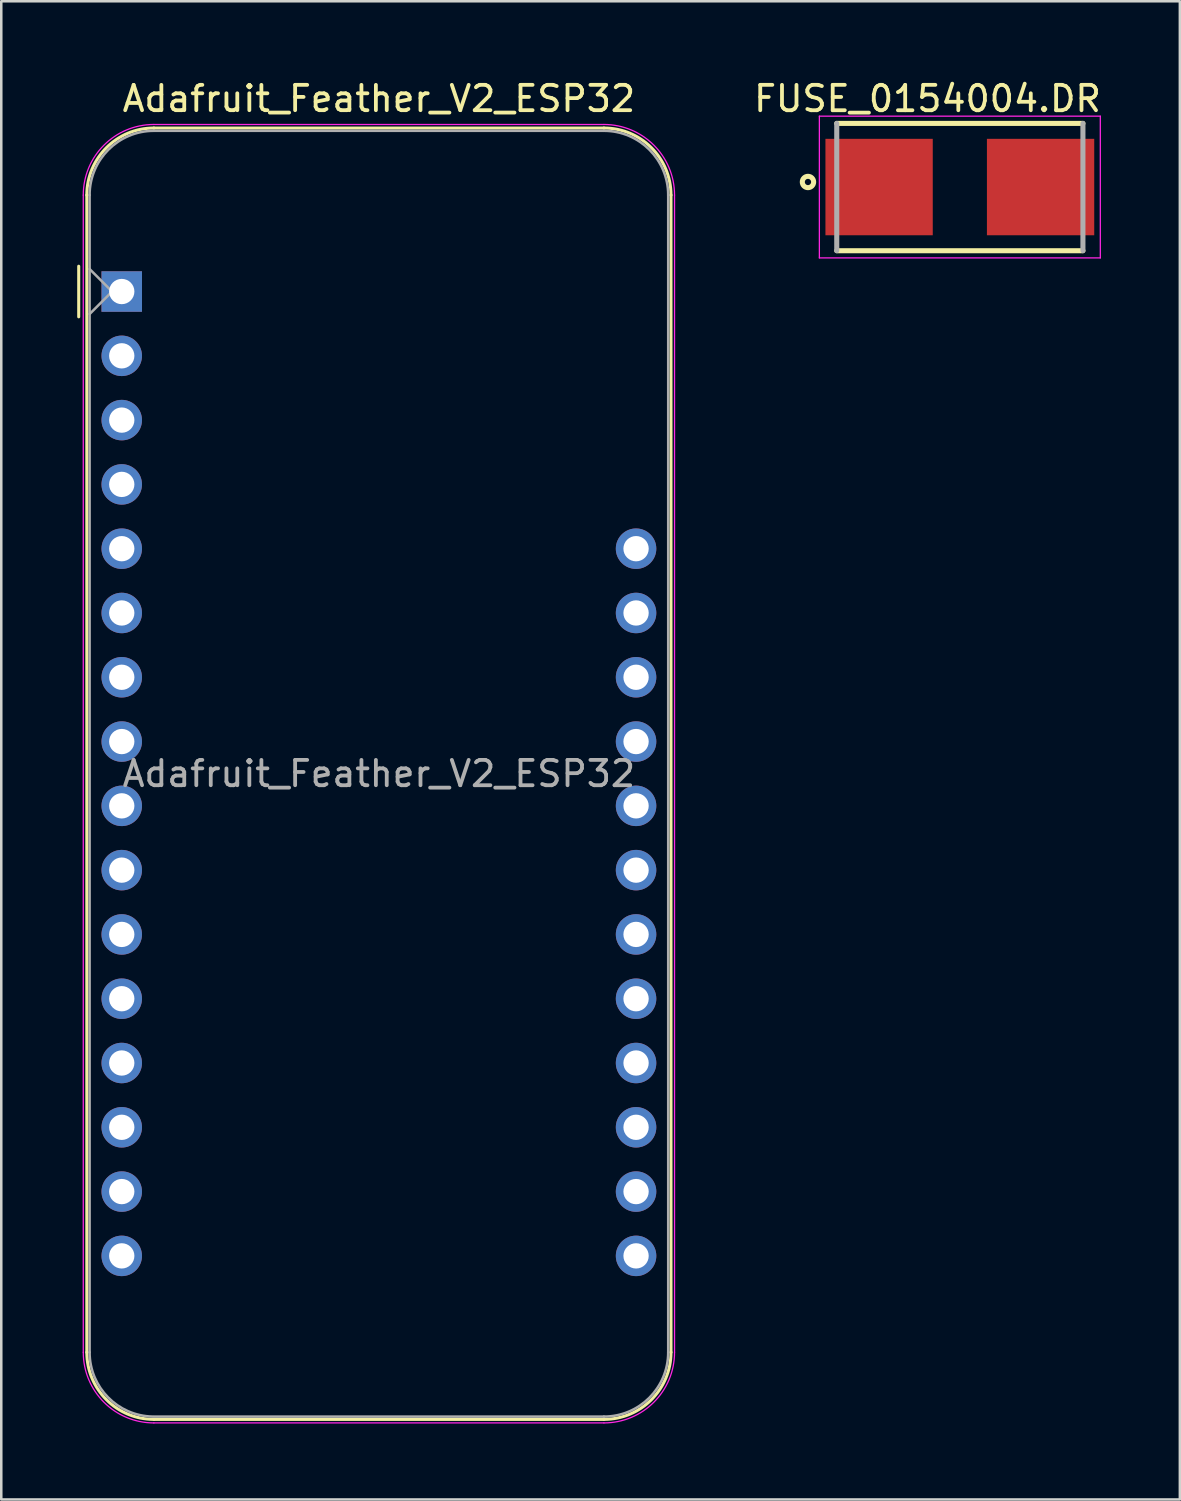
<source format=kicad_pcb>
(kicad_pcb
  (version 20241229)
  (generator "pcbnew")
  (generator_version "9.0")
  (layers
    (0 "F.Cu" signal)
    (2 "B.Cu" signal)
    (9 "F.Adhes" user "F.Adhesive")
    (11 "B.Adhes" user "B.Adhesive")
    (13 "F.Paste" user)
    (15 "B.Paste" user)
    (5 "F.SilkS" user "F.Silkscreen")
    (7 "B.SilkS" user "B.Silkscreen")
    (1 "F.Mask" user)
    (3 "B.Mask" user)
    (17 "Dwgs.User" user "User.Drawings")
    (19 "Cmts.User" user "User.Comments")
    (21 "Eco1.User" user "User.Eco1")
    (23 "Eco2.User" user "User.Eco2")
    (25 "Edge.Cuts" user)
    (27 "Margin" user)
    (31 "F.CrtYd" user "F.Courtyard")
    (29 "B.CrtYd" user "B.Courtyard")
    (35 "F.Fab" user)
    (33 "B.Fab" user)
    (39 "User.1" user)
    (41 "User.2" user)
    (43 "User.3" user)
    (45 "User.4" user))
  (footprint "FUSE_0154004.DR"
    (layer "F.Cu")
    (at 34.872 4.34)
    (property "Reference" "FUSE_0154004.DR" (at -1.277 -3.491 0) (layer "F.SilkS") (effects (font (size 1.002 1.002) (thickness 0.15))))
    (attr through_hole)
    (fp_line (start -4.863 -2.515) (end 4.863 -2.515) (stroke (width 0.2) (type solid)) (layer "F.SilkS"))
    (fp_line (start 4.863 2.515) (end -4.863 2.515) (stroke (width 0.2) (type solid)) (layer "F.SilkS"))
    (fp_circle (center -6 -0.2) (end -5.776 -0.2) (stroke (width 0.2) (type solid)) (fill no) (layer "F.SilkS"))
    (fp_line (start -5.55 -2.8) (end 5.55 -2.8) (stroke (width 0.05) (type solid)) (layer "F.CrtYd"))
    (fp_line (start -5.55 2.8) (end -5.55 -2.8) (stroke (width 0.05) (type solid)) (layer "F.CrtYd"))
    (fp_line (start 5.55 -2.8) (end 5.55 2.8) (stroke (width 0.05) (type solid)) (layer "F.CrtYd"))
    (fp_line (start 5.55 2.8) (end -5.55 2.8) (stroke (width 0.05) (type solid)) (layer "F.CrtYd"))
    (fp_line (start -4.863 2.515) (end -4.863 -2.515) (stroke (width 0.2) (type solid)) (layer "F.Fab"))
    (fp_line (start 4.863 -2.515) (end 4.863 2.515) (stroke (width 0.2) (type solid)) (layer "F.Fab"))
    (pad "1" smd rect (at -3.19 0) (size 4.24 3.81) (layers "F.Cu" "F.Mask" "F.Paste"))
    (pad "2" smd rect (at 3.19 0) (size 4.24 3.81) (layers "F.Cu" "F.Mask" "F.Paste")))
  (footprint "Adafruit_Feather_V2_ESP32"
    (layer "F.Cu")
    (at 1.76 8.468)
    (property "Reference" "Adafruit_Feather_V2_ESP32" (at 10.16 -7.62 0) (layer "F.SilkS") (effects (font (size 1 1) (thickness 0.15))))
    (attr through_hole)
    (fp_line (start -1.7 1) (end -1.7 -1) (stroke (width 0.12) (type solid)) (layer "F.SilkS"))
    (fp_line (start -1.38 -3.81) (end -1.38 41.91) (stroke (width 0.12) (type solid)) (layer "F.SilkS"))
    (fp_line (start 19.05 -6.46) (end 1.27 -6.46) (stroke (width 0.12) (type solid)) (layer "F.SilkS"))
    (fp_line (start 19.05 44.56) (end 1.27 44.56) (stroke (width 0.12) (type solid)) (layer "F.SilkS"))
    (fp_line (start 21.7 -3.81) (end 21.7 41.91) (stroke (width 0.12) (type solid)) (layer "F.SilkS"))
    (fp_arc (start -1.38 -3.81) (mid -0.603833 -5.683833) (end 1.27 -6.46) (stroke (width 0.12) (type solid)) (layer "F.SilkS"))
    (fp_arc (start 1.27 44.56) (mid -0.603833 43.783833) (end -1.38 41.91) (stroke (width 0.12) (type solid)) (layer "F.SilkS"))
    (fp_arc (start 19.05 -6.46) (mid 20.923833 -5.683833) (end 21.7 -3.81) (stroke (width 0.12) (type solid)) (layer "F.SilkS"))
    (fp_arc (start 21.7 41.91) (mid 20.923833 43.783833) (end 19.05 44.56) (stroke (width 0.12) (type solid)) (layer "F.SilkS"))
    (fp_line (start -1.52 41.91) (end -1.52 -3.81) (stroke (width 0.05) (type solid)) (layer "F.CrtYd"))
    (fp_line (start 19.05 -6.6) (end 1.27 -6.6) (stroke (width 0.05) (type solid)) (layer "F.CrtYd"))
    (fp_line (start 19.05 44.7) (end 1.27 44.7) (stroke (width 0.05) (type solid)) (layer "F.CrtYd"))
    (fp_line (start 21.84 41.91) (end 21.84 -3.81) (stroke (width 0.05) (type solid)) (layer "F.CrtYd"))
    (fp_arc (start -1.52 -3.81) (mid -0.702828 -5.782828) (end 1.27 -6.6) (stroke (width 0.05) (type solid)) (layer "F.CrtYd"))
    (fp_arc (start 1.27 44.7) (mid -0.702828 43.882828) (end -1.52 41.91) (stroke (width 0.05) (type solid)) (layer "F.CrtYd"))
    (fp_arc (start 19.05 -6.6) (mid 21.022828 -5.782828) (end 21.84 -3.81) (stroke (width 0.05) (type solid)) (layer "F.CrtYd"))
    (fp_arc (start 21.84 41.91) (mid 21.022828 43.882828) (end 19.05 44.7) (stroke (width 0.05) (type solid)) (layer "F.CrtYd"))
    (fp_line (start -1.27 -3.81) (end -1.27 41.91) (stroke (width 0.1) (type solid)) (layer "F.Fab"))
    (fp_line (start -1.27 -0.889) (end -0.381 0) (stroke (width 0.1) (type solid)) (layer "F.Fab"))
    (fp_line (start -0.381 0) (end -1.27 0.889) (stroke (width 0.1) (type solid)) (layer "F.Fab"))
    (fp_line (start 1.27 44.45) (end 19.05 44.45) (stroke (width 0.1) (type solid)) (layer "F.Fab"))
    (fp_line (start 19.05 -6.35) (end 1.27 -6.35) (stroke (width 0.1) (type solid)) (layer "F.Fab"))
    (fp_line (start 21.59 41.91) (end 21.59 -3.81) (stroke (width 0.1) (type solid)) (layer "F.Fab"))
    (fp_arc (start -1.27 -3.81) (mid -0.526051 -5.606051) (end 1.27 -6.35) (stroke (width 0.1) (type solid)) (layer "F.Fab"))
    (fp_arc (start 1.221238 44.449532) (mid -0.543209 43.688728) (end -1.27 41.91) (stroke (width 0.1) (type solid)) (layer "F.Fab"))
    (fp_arc (start 19.05 -6.35) (mid 20.846051 -5.606051) (end 21.59 -3.81) (stroke (width 0.1) (type solid)) (layer "F.Fab"))
    (fp_arc (start 21.59 41.91) (mid 20.846051 43.706051) (end 19.05 44.45) (stroke (width 0.1) (type solid)) (layer "F.Fab"))
    (fp_text user "${REFERENCE}" (at 10.16 19.05 180) (layer "F.Fab") (effects (font (size 1 1) (thickness 0.15))))
    (pad "1" thru_hole rect (at 0 0 180) (size 1.6 1.6) (drill 1) (layers "*.Cu" "*.Mask"))
    (pad "2" thru_hole circle (at 0 2.54 180) (size 1.6 1.6) (drill 1) (layers "*.Cu" "*.Mask"))
    (pad "3" thru_hole circle (at 0 5.08 180) (size 1.6 1.6) (drill 1) (layers "*.Cu" "*.Mask"))
    (pad "4" thru_hole circle (at 0 7.62 180) (size 1.6 1.6) (drill 1) (layers "*.Cu" "*.Mask"))
    (pad "5" thru_hole circle (at 0 10.16 180) (size 1.6 1.6) (drill 1) (layers "*.Cu" "*.Mask"))
    (pad "6" thru_hole circle (at 0 12.7 180) (size 1.6 1.6) (drill 1) (layers "*.Cu" "*.Mask"))
    (pad "7" thru_hole circle (at 0 15.24 180) (size 1.6 1.6) (drill 1) (layers "*.Cu" "*.Mask"))
    (pad "8" thru_hole circle (at 0 17.78 180) (size 1.6 1.6) (drill 1) (layers "*.Cu" "*.Mask"))
    (pad "9" thru_hole circle (at 0 20.32 180) (size 1.6 1.6) (drill 1) (layers "*.Cu" "*.Mask"))
    (pad "10" thru_hole circle (at 0 22.86 180) (size 1.6 1.6) (drill 1) (layers "*.Cu" "*.Mask"))
    (pad "11" thru_hole circle (at 0 25.4 180) (size 1.6 1.6) (drill 1) (layers "*.Cu" "*.Mask"))
    (pad "12" thru_hole circle (at 0 27.94 180) (size 1.6 1.6) (drill 1) (layers "*.Cu" "*.Mask"))
    (pad "13" thru_hole circle (at 0 30.48 180) (size 1.6 1.6) (drill 1) (layers "*.Cu" "*.Mask"))
    (pad "14" thru_hole circle (at 0 33.02 180) (size 1.6 1.6) (drill 1) (layers "*.Cu" "*.Mask"))
    (pad "15" thru_hole circle (at 0 35.56 180) (size 1.6 1.6) (drill 1) (layers "*.Cu" "*.Mask"))
    (pad "16" thru_hole circle (at 0 38.1 180) (size 1.6 1.6) (drill 1) (layers "*.Cu" "*.Mask"))
    (pad "17" thru_hole circle (at 20.32 38.1 180) (size 1.6 1.6) (drill 1) (layers "*.Cu" "*.Mask"))
    (pad "18" thru_hole circle (at 20.32 35.56 180) (size 1.6 1.6) (drill 1) (layers "*.Cu" "*.Mask"))
    (pad "19" thru_hole circle (at 20.32 33.02 180) (size 1.6 1.6) (drill 1) (layers "*.Cu" "*.Mask"))
    (pad "20" thru_hole circle (at 20.32 30.48 180) (size 1.6 1.6) (drill 1) (layers "*.Cu" "*.Mask"))
    (pad "21" thru_hole circle (at 20.32 27.94 180) (size 1.6 1.6) (drill 1) (layers "*.Cu" "*.Mask"))
    (pad "22" thru_hole circle (at 20.32 25.4 180) (size 1.6 1.6) (drill 1) (layers "*.Cu" "*.Mask"))
    (pad "23" thru_hole circle (at 20.32 22.86 180) (size 1.6 1.6) (drill 1) (layers "*.Cu" "*.Mask"))
    (pad "24" thru_hole circle (at 20.32 20.32 180) (size 1.6 1.6) (drill 1) (layers "*.Cu" "*.Mask"))
    (pad "25" thru_hole circle (at 20.32 17.78 180) (size 1.6 1.6) (drill 1) (layers "*.Cu" "*.Mask"))
    (pad "26" thru_hole circle (at 20.32 15.24 180) (size 1.6 1.6) (drill 1) (layers "*.Cu" "*.Mask"))
    (pad "27" thru_hole circle (at 20.32 12.7 180) (size 1.6 1.6) (drill 1) (layers "*.Cu" "*.Mask"))
    (pad "28" thru_hole circle (at 20.32 10.16 180) (size 1.6 1.6) (drill 1) (layers "*.Cu" "*.Mask")))
  (gr_rect
    (start -3 -3)
    (end 43.565 56.193)
    (stroke (width 0.1) (type default))
    (fill no)
    (layer "Edge.Cuts")))
</source>
